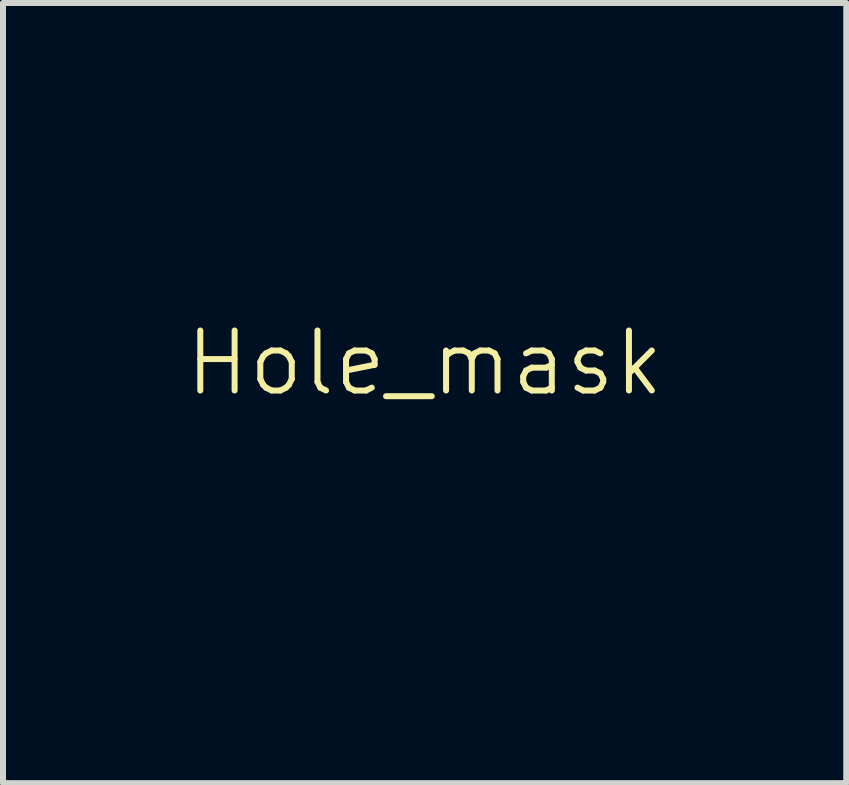
<source format=kicad_pcb>
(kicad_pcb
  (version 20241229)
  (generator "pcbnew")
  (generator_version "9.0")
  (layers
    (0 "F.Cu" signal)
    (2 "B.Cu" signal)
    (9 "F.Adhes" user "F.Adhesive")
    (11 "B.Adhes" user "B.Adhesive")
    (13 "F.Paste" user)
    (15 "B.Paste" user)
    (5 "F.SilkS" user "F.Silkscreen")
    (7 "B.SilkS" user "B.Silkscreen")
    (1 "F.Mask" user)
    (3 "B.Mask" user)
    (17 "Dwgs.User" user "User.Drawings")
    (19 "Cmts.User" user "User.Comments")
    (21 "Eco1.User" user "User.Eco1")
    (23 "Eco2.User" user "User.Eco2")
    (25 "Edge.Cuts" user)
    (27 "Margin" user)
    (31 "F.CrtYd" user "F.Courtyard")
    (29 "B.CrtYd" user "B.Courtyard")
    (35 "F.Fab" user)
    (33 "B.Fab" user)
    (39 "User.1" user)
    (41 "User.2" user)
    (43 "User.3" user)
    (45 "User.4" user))
  (footprint "Hole_mask"
    (layer "F.Cu")
    (at 4.026 3.5)
    (property "Reference" "Hole_mask" (at 0 -0.5 0) (unlocked yes) (layer "F.SilkS") (effects (font (size 1 1) (thickness 0.1))))
    (attr smd)
    (fp_circle (center 0 0) (end 3.5 0) (stroke (width 0) (type solid)) (fill yes) (layer "F.Mask")))
  (gr_rect
    (start -3 -3)
    (end 11.052 10)
    (stroke (width 0.1) (type default))
    (fill no)
    (layer "Edge.Cuts")))
</source>
